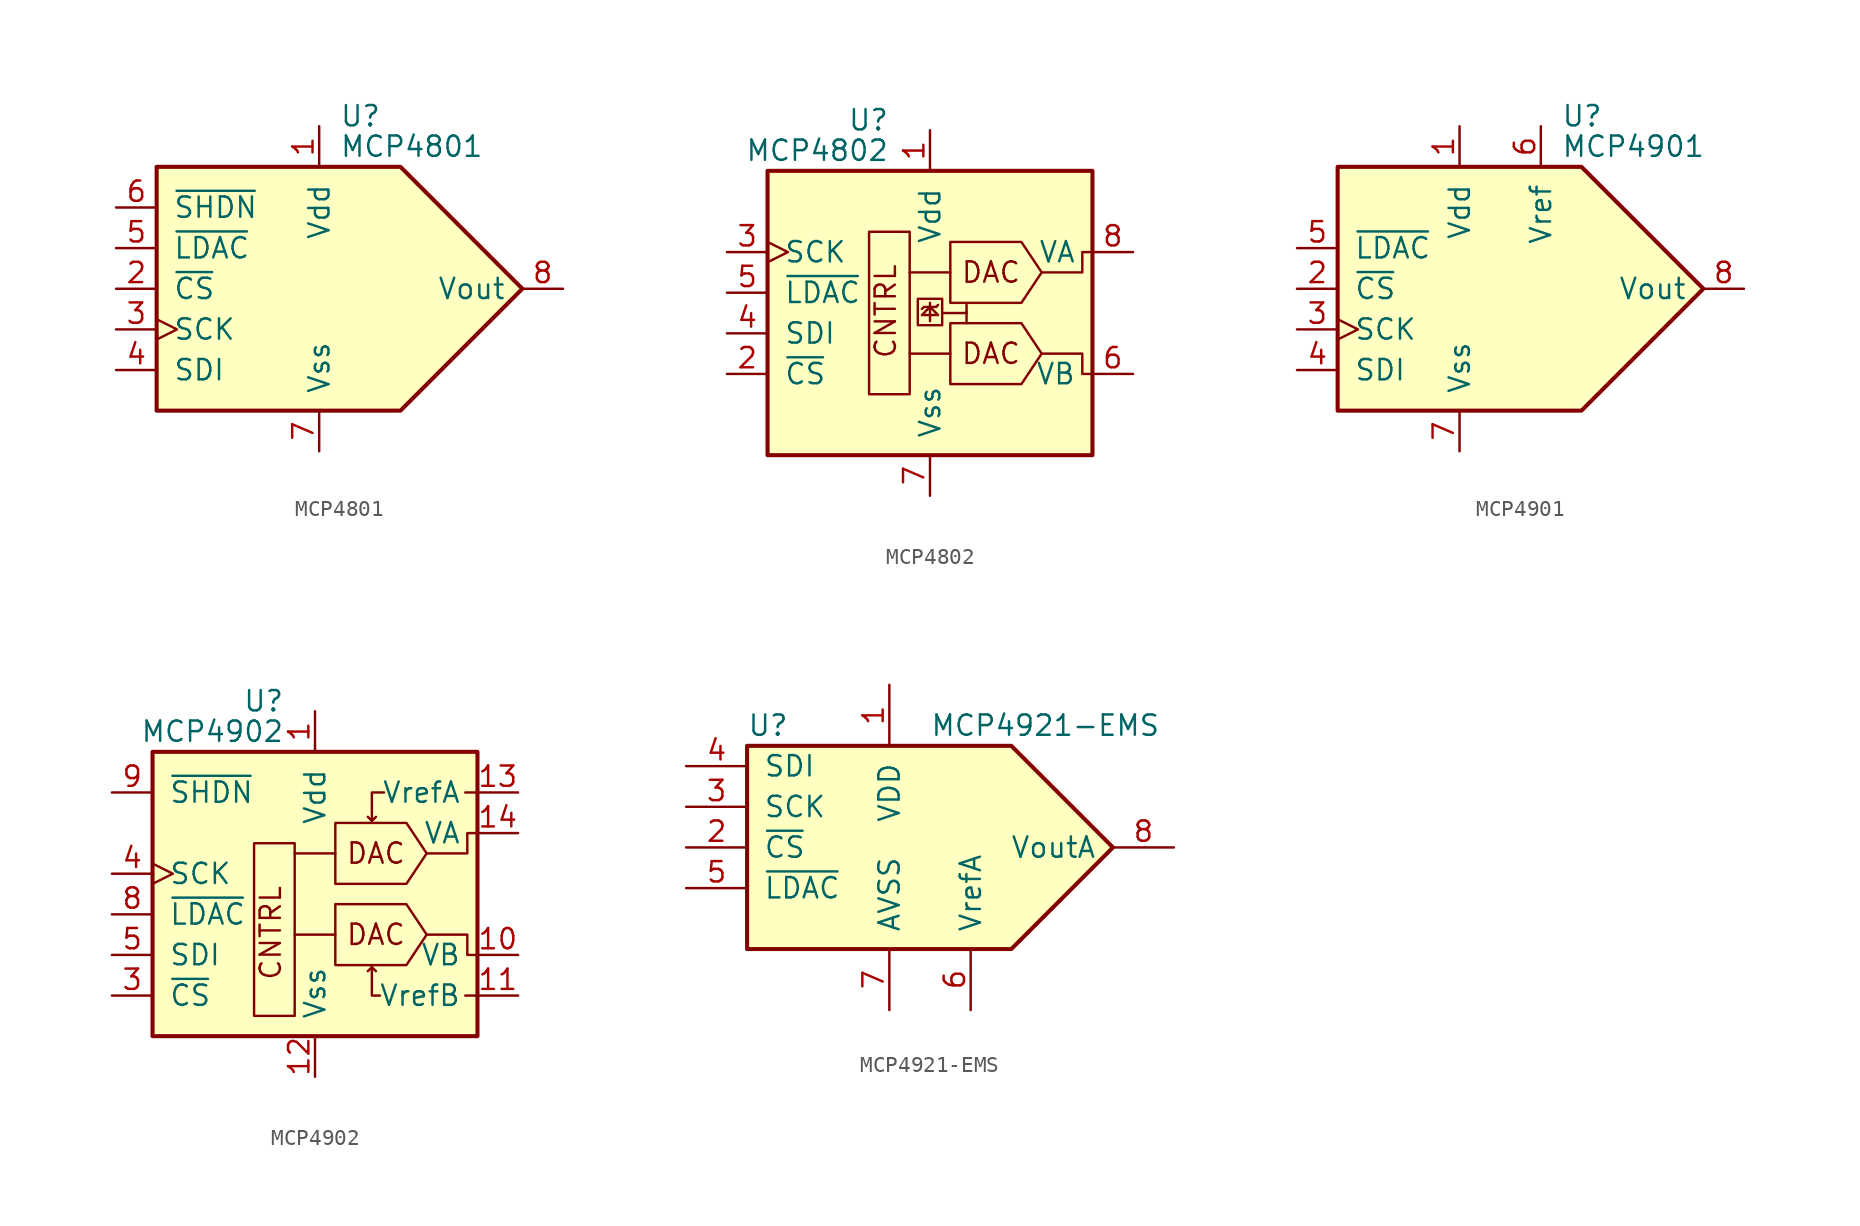
<source format=kicad_sym>
(kicad_symbol_lib
  (version 20200908)
  (generator kicad_symbol_editor)
  (symbol "Analog_DAC:MCP4801"
    (pin_names
      (offset 1.016))
    (property "Reference" "U"
      (at 1.27 10.795 0)
      (effects (font (size 1.27 1.27)) (justify left)))
    (property "Value" "MCP4801"
      (at 1.27 8.89 0)
      (effects (font (size 1.27 1.27)) (justify left)))
    (symbol "MCP4801_0_0"
      (polyline (pts (xy 12.7 0) (xy 5.08 7.62) (xy -10.16 7.62) (xy -10.16 -7.62) (xy 5.08 -7.62) (xy 12.7 0)) (stroke (width 0.254)) (fill (type background))))
    (symbol "MCP4801_1_1"
      (pin power_in line (at 0 10.16 270) (length 2.54) (name "Vdd" (effects (font (size 1.27 1.27)))) (number "1" (effects (font (size 1.27 1.27)))))
      (pin input line (at -12.7 0 0) (length 2.54) (name "~CS" (effects (font (size 1.27 1.27)))) (number "2" (effects (font (size 1.27 1.27)))))
      (pin input clock (at -12.7 -2.54 0) (length 2.54) (name "SCK" (effects (font (size 1.27 1.27)))) (number "3" (effects (font (size 1.27 1.27)))))
      (pin input line (at -12.7 -5.08 0) (length 2.54) (name "SDI" (effects (font (size 1.27 1.27)))) (number "4" (effects (font (size 1.27 1.27)))))
      (pin input line (at -12.7 2.54 0) (length 2.54) (name "~LDAC" (effects (font (size 1.27 1.27)))) (number "5" (effects (font (size 1.27 1.27)))))
      (pin input line (at -12.7 5.08 0) (length 2.54) (name "~SHDN" (effects (font (size 1.27 1.27)))) (number "6" (effects (font (size 1.27 1.27)))))
      (pin power_in line (at 0 -10.16 90) (length 2.54) (name "Vss" (effects (font (size 1.27 1.27)))) (number "7" (effects (font (size 1.27 1.27)))))
      (pin output line (at 15.24 0 180) (length 2.54) (name "Vout" (effects (font (size 1.27 1.27)))) (number "8" (effects (font (size 1.27 1.27)))))))
  (symbol "Analog_DAC:MCP4802"
    (pin_names
      (offset 1.016))
    (property "Reference" "U"
      (at -2.54 10.795 0)
      (effects (font (size 1.27 1.27)) (justify right)))
    (property "Value" "MCP4802"
      (at -2.54 8.89 0)
      (effects (font (size 1.27 1.27)) (justify right)))
    (symbol "MCP4802_0_0"
      (text "CNTRL" (at -2.032 -4.191 900) (effects (font (size 1.27 1.27)) (justify left bottom)))
      (text "DAC" (at 3.81 -3.81 0) (effects (font (size 1.27 1.27))))
      (text "DAC" (at 3.81 1.27 0) (effects (font (size 1.27 1.27))))
      (rectangle (start 0.762 -0.381) (end -0.762 -2.032) (stroke (width 0)) (fill (type none)))
      (polyline (pts (xy 0 -1.778) (xy 0 -0.635)) (stroke (width 0)) (fill (type none)))
      (polyline (pts (xy 0.381 -0.889) (xy 0.508 -0.762)) (stroke (width 0)) (fill (type none)))
      (polyline (pts (xy 2.286 -1.143) (xy 2.286 -1.905)) (stroke (width 0)) (fill (type none)))
      (polyline (pts (xy 0.381 -0.889) (xy -0.381 -0.889) (xy -0.508 -1.016)) (stroke (width 0)) (fill (type none)))
      (polyline (pts (xy 0.762 -1.27) (xy 2.286 -1.27) (xy 2.286 -0.762)) (stroke (width 0)) (fill (type none)))
      (polyline (pts (xy 0 -0.889) (xy 0.508 -1.397) (xy -0.508 -1.397) (xy 0 -0.889)) (stroke (width 0)) (fill (type none)))
      (polyline (pts (xy 6.985 -3.81) (xy 9.525 -3.81) (xy 9.525 -5.08) (xy 10.16 -5.08)) (stroke (width 0)) (fill (type none)))
      (polyline (pts (xy 6.985 1.27) (xy 9.525 1.27) (xy 9.525 2.54) (xy 10.16 2.54)) (stroke (width 0)) (fill (type none))))
    (symbol "MCP4802_0_1"
      (rectangle (start -10.16 7.62) (end 10.16 -10.16) (stroke (width 0.254)) (fill (type background)))
      (rectangle (start -1.27 -6.35) (end -3.81 3.81) (stroke (width 0)) (fill (type none)))
      (polyline (pts (xy 1.27 -3.81) (xy -1.27 -3.81)) (stroke (width 0)) (fill (type none)))
      (polyline (pts (xy 1.27 1.27) (xy -1.27 1.27)) (stroke (width 0)) (fill (type none)))
      (polyline (pts (xy 6.985 -3.81) (xy 5.715 -1.905) (xy 1.27 -1.905) (xy 1.27 -5.715) (xy 5.715 -5.715) (xy 6.985 -3.81)) (stroke (width 0)) (fill (type none)))
      (polyline (pts (xy 6.985 1.27) (xy 5.715 3.175) (xy 1.27 3.175) (xy 1.27 -0.635) (xy 5.715 -0.635) (xy 6.985 1.27)) (stroke (width 0)) (fill (type none))))
    (symbol "MCP4802_1_1"
      (pin power_in line (at 0 10.16 270) (length 2.54) (name "Vdd" (effects (font (size 1.27 1.27)))) (number "1" (effects (font (size 1.27 1.27)))))
      (pin input line (at -12.7 -5.08 0) (length 2.54) (name "~CS" (effects (font (size 1.27 1.27)))) (number "2" (effects (font (size 1.27 1.27)))))
      (pin input clock (at -12.7 2.54 0) (length 2.54) (name "SCK" (effects (font (size 1.27 1.27)))) (number "3" (effects (font (size 1.27 1.27)))))
      (pin input line (at -12.7 -2.54 0) (length 2.54) (name "SDI" (effects (font (size 1.27 1.27)))) (number "4" (effects (font (size 1.27 1.27)))))
      (pin input line (at -12.7 0 0) (length 2.54) (name "~LDAC" (effects (font (size 1.27 1.27)))) (number "5" (effects (font (size 1.27 1.27)))))
      (pin output line (at 12.7 -5.08 180) (length 2.54) (name "VB" (effects (font (size 1.27 1.27)))) (number "6" (effects (font (size 1.27 1.27)))))
      (pin power_in line (at 0 -12.7 90) (length 2.54) (name "Vss" (effects (font (size 1.27 1.27)))) (number "7" (effects (font (size 1.27 1.27)))))
      (pin output line (at 12.7 2.54 180) (length 2.54) (name "VA" (effects (font (size 1.27 1.27)))) (number "8" (effects (font (size 1.27 1.27)))))))
  (symbol "Analog_DAC:MCP4901"
    (pin_names
      (offset 1.016))
    (property "Reference" "U"
      (at 6.35 10.795 0)
      (effects (font (size 1.27 1.27)) (justify left)))
    (property "Value" "MCP4901"
      (at 6.35 8.89 0)
      (effects (font (size 1.27 1.27)) (justify left)))
    (symbol "MCP4901_0_0"
      (polyline (pts (xy 15.24 0) (xy 7.62 7.62) (xy -7.62 7.62) (xy -7.62 -7.62) (xy 7.62 -7.62) (xy 15.24 0)) (stroke (width 0.254)) (fill (type background))))
    (symbol "MCP4901_1_1"
      (pin power_in line (at 0 10.16 270) (length 2.54) (name "Vdd" (effects (font (size 1.27 1.27)))) (number "1" (effects (font (size 1.27 1.27)))))
      (pin input line (at -10.16 0 0) (length 2.54) (name "~CS" (effects (font (size 1.27 1.27)))) (number "2" (effects (font (size 1.27 1.27)))))
      (pin input clock (at -10.16 -2.54 0) (length 2.54) (name "SCK" (effects (font (size 1.27 1.27)))) (number "3" (effects (font (size 1.27 1.27)))))
      (pin input line (at -10.16 -5.08 0) (length 2.54) (name "SDI" (effects (font (size 1.27 1.27)))) (number "4" (effects (font (size 1.27 1.27)))))
      (pin input line (at -10.16 2.54 0) (length 2.54) (name "~LDAC" (effects (font (size 1.27 1.27)))) (number "5" (effects (font (size 1.27 1.27)))))
      (pin power_in line (at 5.08 10.16 270) (length 2.54) (name "Vref" (effects (font (size 1.27 1.27)))) (number "6" (effects (font (size 1.27 1.27)))))
      (pin power_in line (at 0 -10.16 90) (length 2.54) (name "Vss" (effects (font (size 1.27 1.27)))) (number "7" (effects (font (size 1.27 1.27)))))
      (pin output line (at 17.78 0 180) (length 2.54) (name "Vout" (effects (font (size 1.27 1.27)))) (number "8" (effects (font (size 1.27 1.27)))))))
  (symbol "Analog_DAC:MCP4902"
    (pin_names
      (offset 1.016))
    (property "Reference" "U"
      (at -1.905 10.795 0)
      (effects (font (size 1.27 1.27)) (justify right)))
    (property "Value" "MCP4902"
      (at -1.905 8.89 0)
      (effects (font (size 1.27 1.27)) (justify right)))
    (symbol "MCP4902_0_0"
      (text "CNTRL" (at -2.032 -6.731 900) (effects (font (size 1.27 1.27)) (justify left bottom)))
      (text "DAC" (at 3.81 -3.81 0) (effects (font (size 1.27 1.27))))
      (text "DAC" (at 3.81 1.27 0) (effects (font (size 1.27 1.27))))
      (polyline (pts (xy 3.556 -5.842) (xy 3.302 -6.096)) (stroke (width 0)) (fill (type none)))
      (polyline (pts (xy 3.556 -5.842) (xy 3.81 -6.096)) (stroke (width 0)) (fill (type none)))
      (polyline (pts (xy 3.556 3.302) (xy 3.302 3.556)) (stroke (width 0)) (fill (type none)))
      (polyline (pts (xy 3.556 3.302) (xy 3.81 3.556)) (stroke (width 0)) (fill (type none)))
      (polyline (pts (xy 10.16 -7.62) (xy 9.398 -7.62)) (stroke (width 0)) (fill (type none)))
      (polyline (pts (xy 10.16 5.08) (xy 9.398 5.08)) (stroke (width 0)) (fill (type none)))
      (polyline (pts (xy 4.064 -7.62) (xy 3.556 -7.62) (xy 3.556 -5.842)) (stroke (width 0)) (fill (type none)))
      (polyline (pts (xy 4.318 5.08) (xy 3.556 5.08) (xy 3.556 3.302)) (stroke (width 0)) (fill (type none)))
      (polyline (pts (xy 6.985 -3.81) (xy 9.525 -3.81) (xy 9.525 -5.08) (xy 10.16 -5.08)) (stroke (width 0)) (fill (type none)))
      (polyline (pts (xy 6.985 1.27) (xy 9.525 1.27) (xy 9.525 2.54) (xy 10.16 2.54)) (stroke (width 0)) (fill (type none))))
    (symbol "MCP4902_0_1"
      (rectangle (start -10.16 7.62) (end 10.16 -10.16) (stroke (width 0.254)) (fill (type background)))
      (rectangle (start -1.27 -8.89) (end -3.81 1.905) (stroke (width 0)) (fill (type none)))
      (polyline (pts (xy 1.27 -3.81) (xy -1.27 -3.81)) (stroke (width 0)) (fill (type none)))
      (polyline (pts (xy 1.27 1.27) (xy -1.27 1.27)) (stroke (width 0)) (fill (type none)))
      (polyline (pts (xy 6.985 -3.81) (xy 5.715 -1.905) (xy 1.27 -1.905) (xy 1.27 -5.715) (xy 5.715 -5.715) (xy 6.985 -3.81)) (stroke (width 0)) (fill (type none)))
      (polyline (pts (xy 6.985 1.27) (xy 5.715 3.175) (xy 1.27 3.175) (xy 1.27 -0.635) (xy 5.715 -0.635) (xy 6.985 1.27)) (stroke (width 0)) (fill (type none))))
    (symbol "MCP4902_1_1"
      (pin power_in line (at 0 10.16 270) (length 2.54) (name "Vdd" (effects (font (size 1.27 1.27)))) (number "1" (effects (font (size 1.27 1.27)))))
      (pin output line (at 12.7 -5.08 180) (length 2.54) (name "VB" (effects (font (size 1.27 1.27)))) (number "10" (effects (font (size 1.27 1.27)))))
      (pin input line (at 12.7 -7.62 180) (length 2.54) (name "VrefB" (effects (font (size 1.27 1.27)))) (number "11" (effects (font (size 1.27 1.27)))))
      (pin power_in line (at 0 -12.7 90) (length 2.54) (name "Vss" (effects (font (size 1.27 1.27)))) (number "12" (effects (font (size 1.27 1.27)))))
      (pin input line (at 12.7 5.08 180) (length 2.54) (name "VrefA" (effects (font (size 1.27 1.27)))) (number "13" (effects (font (size 1.27 1.27)))))
      (pin output line (at 12.7 2.54 180) (length 2.54) (name "VA" (effects (font (size 1.27 1.27)))) (number "14" (effects (font (size 1.27 1.27)))))
      (pin unconnected line (at -7.62 -12.7 90) (length 2.54) hide (name "NC" (effects (font (size 1.27 1.27)))) (number "2" (effects (font (size 1.27 1.27)))))
      (pin input line (at -12.7 -7.62 0) (length 2.54) (name "~CS" (effects (font (size 1.27 1.27)))) (number "3" (effects (font (size 1.27 1.27)))))
      (pin input clock (at -12.7 0 0) (length 2.54) (name "SCK" (effects (font (size 1.27 1.27)))) (number "4" (effects (font (size 1.27 1.27)))))
      (pin input line (at -12.7 -5.08 0) (length 2.54) (name "SDI" (effects (font (size 1.27 1.27)))) (number "5" (effects (font (size 1.27 1.27)))))
      (pin unconnected line (at -5.08 -12.7 90) (length 2.54) hide (name "NC" (effects (font (size 1.27 1.27)))) (number "6" (effects (font (size 1.27 1.27)))))
      (pin unconnected line (at -2.54 -12.7 90) (length 2.54) hide (name "NC" (effects (font (size 1.27 1.27)))) (number "7" (effects (font (size 1.27 1.27)))))
      (pin input line (at -12.7 -2.54 0) (length 2.54) (name "~LDAC" (effects (font (size 1.27 1.27)))) (number "8" (effects (font (size 1.27 1.27)))))
      (pin output line (at -12.7 5.08 0) (length 2.54) (name "~SHDN" (effects (font (size 1.27 1.27)))) (number "9" (effects (font (size 1.27 1.27)))))))
  (symbol "Analog_DAC:MCP4921-EMS"
    (pin_names
      (offset 1.016))
    (property "Reference" "U"
      (at -11.43 7.62 0)
      (effects (font (size 1.27 1.27)) (justify left)))
    (property "Value" "MCP4921-EMS"
      (at 0 7.62 0)
      (effects (font (size 1.27 1.27)) (justify left)))
    (symbol "MCP4921-EMS_0_1"
      (polyline (pts (xy -11.43 6.35) (xy 5.08 6.35) (xy 11.43 0) (xy 5.08 -6.35) (xy -11.43 -6.35) (xy -11.43 6.35)) (stroke (width 0.254)) (fill (type background))))
    (symbol "MCP4921-EMS_1_1"
      (pin power_in line (at -2.54 10.16 270) (length 3.81) (name "VDD" (effects (font (size 1.27 1.27)))) (number "1" (effects (font (size 1.27 1.27)))))
      (pin input line (at -15.24 0 0) (length 3.81) (name "~CS~" (effects (font (size 1.27 1.27)))) (number "2" (effects (font (size 1.27 1.27)))))
      (pin input line (at -15.24 2.54 0) (length 3.81) (name "SCK" (effects (font (size 1.27 1.27)))) (number "3" (effects (font (size 1.27 1.27)))))
      (pin input line (at -15.24 5.08 0) (length 3.81) (name "SDI" (effects (font (size 1.27 1.27)))) (number "4" (effects (font (size 1.27 1.27)))))
      (pin input line (at -15.24 -2.54 0) (length 3.81) (name "~LDAC~" (effects (font (size 1.27 1.27)))) (number "5" (effects (font (size 1.27 1.27)))))
      (pin passive line (at 2.54 -10.16 90) (length 3.81) (name "VrefA" (effects (font (size 1.27 1.27)))) (number "6" (effects (font (size 1.27 1.27)))))
      (pin power_in line (at -2.54 -10.16 90) (length 3.81) (name "AVSS" (effects (font (size 1.27 1.27)))) (number "7" (effects (font (size 1.27 1.27)))))
      (pin passive line (at 15.24 0 180) (length 3.81) (name "VoutA" (effects (font (size 1.27 1.27)))) (number "8" (effects (font (size 1.27 1.27))))))))
</source>
